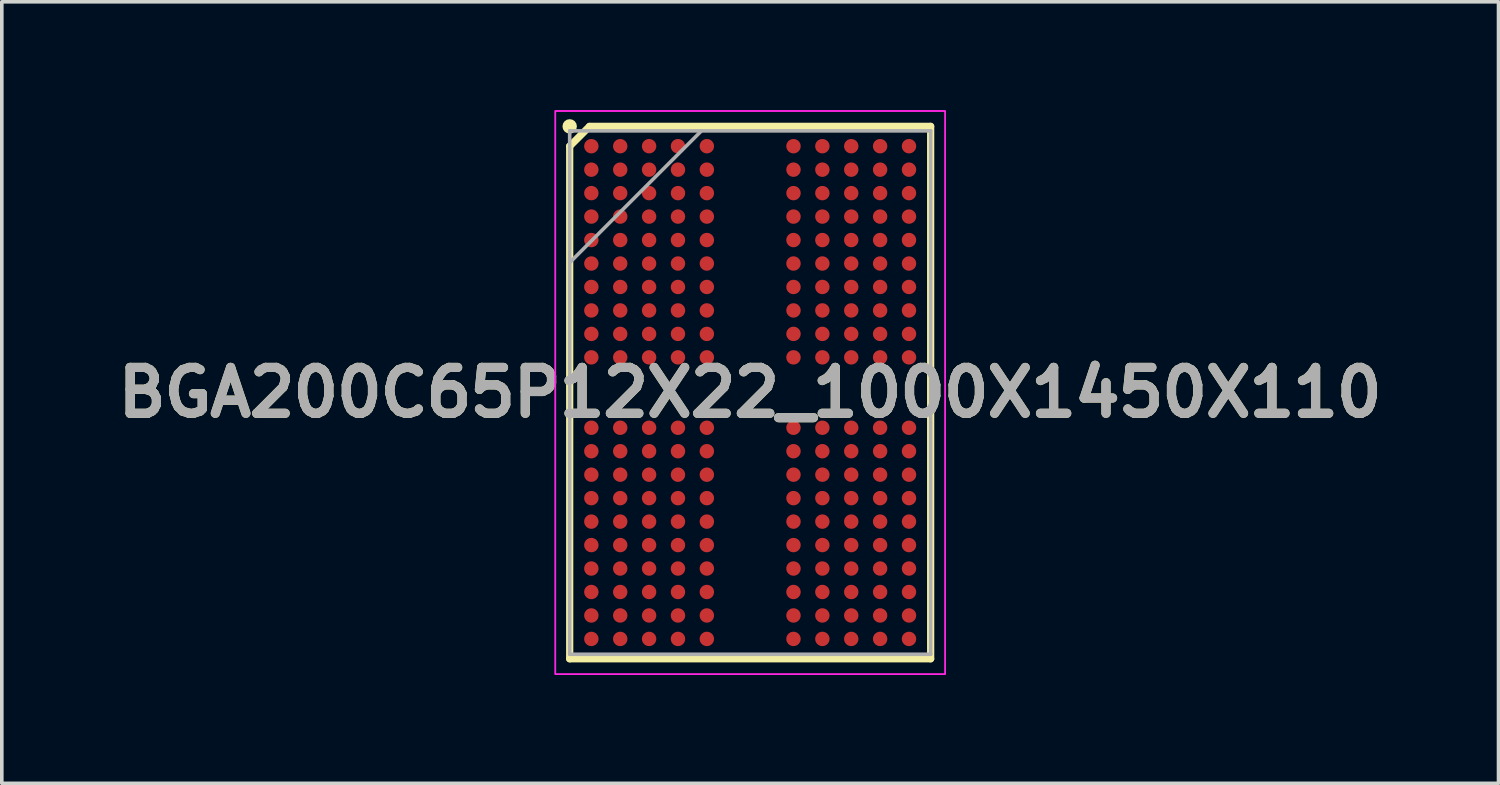
<source format=kicad_pcb>
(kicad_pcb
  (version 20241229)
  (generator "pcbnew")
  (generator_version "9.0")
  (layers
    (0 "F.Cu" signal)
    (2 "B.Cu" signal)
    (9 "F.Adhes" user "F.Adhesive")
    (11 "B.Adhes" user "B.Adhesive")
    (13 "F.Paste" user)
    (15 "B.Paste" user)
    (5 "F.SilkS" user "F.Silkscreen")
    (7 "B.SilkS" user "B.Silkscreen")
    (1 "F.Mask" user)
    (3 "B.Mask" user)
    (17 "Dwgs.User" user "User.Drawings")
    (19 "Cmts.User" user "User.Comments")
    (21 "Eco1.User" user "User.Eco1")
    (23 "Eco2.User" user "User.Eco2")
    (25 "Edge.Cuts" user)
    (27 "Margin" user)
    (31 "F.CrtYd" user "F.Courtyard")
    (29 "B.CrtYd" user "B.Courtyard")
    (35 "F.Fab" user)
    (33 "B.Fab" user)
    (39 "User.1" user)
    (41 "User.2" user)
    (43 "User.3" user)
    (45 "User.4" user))
  (footprint "BGA200C65P12X22_1000X1450X110"
    (layer "F.Cu")
    (at 17.732 7.825)
    (property "Reference" "BGA200C65P12X22_1000X1450X110" (at 0 0 0) (layer "F.SilkS") (effects (font (size 1.27 1.27) (thickness 0.254))))
    (attr smd)
    (fp_line (start -5 -6.824) (end -4.451 -7.373) (stroke (width 0.2) (type solid)) (layer "F.SilkS"))
    (fp_line (start -5 7.375) (end -5 -6.824) (stroke (width 0.2) (type solid)) (layer "F.SilkS"))
    (fp_line (start -4.451 -7.374) (end 5 -7.374) (stroke (width 0.2) (type solid)) (layer "F.SilkS"))
    (fp_line (start 5 -7.374) (end 5 7.375) (stroke (width 0.2) (type solid)) (layer "F.SilkS"))
    (fp_line (start 5 7.375) (end -5 7.375) (stroke (width 0.2) (type solid)) (layer "F.SilkS"))
    (fp_circle (center -5 -7.374) (end -5 -7.274) (stroke (width 0.2) (type solid)) (fill no) (layer "F.SilkS"))
    (fp_rect (start -5.4 -7.8) (end 5.4 7.8) (stroke (width 0.05) (type default)) (fill no) (layer "F.CrtYd"))
    (fp_line (start -5 -7.25) (end 5 -7.25) (stroke (width 0.1) (type solid)) (layer "F.Fab"))
    (fp_line (start -5 -3.6) (end -1.35 -7.25) (stroke (width 0.1) (type solid)) (layer "F.Fab"))
    (fp_line (start -5 7.25) (end -5 -7.25) (stroke (width 0.1) (type solid)) (layer "F.Fab"))
    (fp_line (start 5 -7.25) (end 5 7.25) (stroke (width 0.1) (type solid)) (layer "F.Fab"))
    (fp_line (start 5 7.25) (end -5 7.25) (stroke (width 0.1) (type solid)) (layer "F.Fab"))
    (fp_text user "${REFERENCE}" (at 0 0 0) (layer "F.Fab") (effects (font (size 1.27 1.27) (thickness 0.254))))
    (pad "A1" smd circle (at -4.4 -6.825 90) (size 0.399 0.399) (layers "F.Cu" "F.Mask" "F.Paste"))
    (pad "A2" smd circle (at -3.6 -6.825 90) (size 0.399 0.399) (layers "F.Cu" "F.Mask" "F.Paste"))
    (pad "A3" smd circle (at -2.8 -6.825 90) (size 0.399 0.399) (layers "F.Cu" "F.Mask" "F.Paste"))
    (pad "A4" smd circle (at -2 -6.825 90) (size 0.399 0.399) (layers "F.Cu" "F.Mask" "F.Paste"))
    (pad "A5" smd circle (at -1.2 -6.825 90) (size 0.399 0.399) (layers "F.Cu" "F.Mask" "F.Paste"))
    (pad "A8" smd circle (at 1.2 -6.825 90) (size 0.399 0.399) (layers "F.Cu" "F.Mask" "F.Paste"))
    (pad "A9" smd circle (at 2 -6.825 90) (size 0.399 0.399) (layers "F.Cu" "F.Mask" "F.Paste"))
    (pad "A10" smd circle (at 2.8 -6.825 90) (size 0.399 0.399) (layers "F.Cu" "F.Mask" "F.Paste"))
    (pad "A11" smd circle (at 3.6 -6.825 90) (size 0.399 0.399) (layers "F.Cu" "F.Mask" "F.Paste"))
    (pad "A12" smd circle (at 4.4 -6.825 90) (size 0.399 0.399) (layers "F.Cu" "F.Mask" "F.Paste"))
    (pad "AA1" smd circle (at -4.4 6.175 90) (size 0.399 0.399) (layers "F.Cu" "F.Mask" "F.Paste"))
    (pad "AA2" smd circle (at -3.6 6.175 90) (size 0.399 0.399) (layers "F.Cu" "F.Mask" "F.Paste"))
    (pad "AA3" smd circle (at -2.8 6.175 90) (size 0.399 0.399) (layers "F.Cu" "F.Mask" "F.Paste"))
    (pad "AA4" smd circle (at -2 6.175 90) (size 0.399 0.399) (layers "F.Cu" "F.Mask" "F.Paste"))
    (pad "AA5" smd circle (at -1.2 6.175 90) (size 0.399 0.399) (layers "F.Cu" "F.Mask" "F.Paste"))
    (pad "AA8" smd circle (at 1.2 6.175 90) (size 0.399 0.399) (layers "F.Cu" "F.Mask" "F.Paste"))
    (pad "AA9" smd circle (at 2 6.175 90) (size 0.399 0.399) (layers "F.Cu" "F.Mask" "F.Paste"))
    (pad "AA10" smd circle (at 2.8 6.175 90) (size 0.399 0.399) (layers "F.Cu" "F.Mask" "F.Paste"))
    (pad "AA11" smd circle (at 3.6 6.175 90) (size 0.399 0.399) (layers "F.Cu" "F.Mask" "F.Paste"))
    (pad "AA12" smd circle (at 4.4 6.175 90) (size 0.399 0.399) (layers "F.Cu" "F.Mask" "F.Paste"))
    (pad "AB1" smd circle (at -4.4 6.825 90) (size 0.399 0.399) (layers "F.Cu" "F.Mask" "F.Paste"))
    (pad "AB2" smd circle (at -3.6 6.825 90) (size 0.399 0.399) (layers "F.Cu" "F.Mask" "F.Paste"))
    (pad "AB3" smd circle (at -2.8 6.825 90) (size 0.399 0.399) (layers "F.Cu" "F.Mask" "F.Paste"))
    (pad "AB4" smd circle (at -2 6.825 90) (size 0.399 0.399) (layers "F.Cu" "F.Mask" "F.Paste"))
    (pad "AB5" smd circle (at -1.2 6.825 90) (size 0.399 0.399) (layers "F.Cu" "F.Mask" "F.Paste"))
    (pad "AB8" smd circle (at 1.2 6.825 90) (size 0.399 0.399) (layers "F.Cu" "F.Mask" "F.Paste"))
    (pad "AB9" smd circle (at 2 6.825 90) (size 0.399 0.399) (layers "F.Cu" "F.Mask" "F.Paste"))
    (pad "AB10" smd circle (at 2.8 6.825 90) (size 0.399 0.399) (layers "F.Cu" "F.Mask" "F.Paste"))
    (pad "AB11" smd circle (at 3.6 6.825 90) (size 0.399 0.399) (layers "F.Cu" "F.Mask" "F.Paste"))
    (pad "AB12" smd circle (at 4.4 6.825 90) (size 0.399 0.399) (layers "F.Cu" "F.Mask" "F.Paste"))
    (pad "B1" smd circle (at -4.4 -6.175 90) (size 0.399 0.399) (layers "F.Cu" "F.Mask" "F.Paste"))
    (pad "B2" smd circle (at -3.6 -6.175 90) (size 0.399 0.399) (layers "F.Cu" "F.Mask" "F.Paste"))
    (pad "B3" smd circle (at -2.8 -6.175 90) (size 0.399 0.399) (layers "F.Cu" "F.Mask" "F.Paste"))
    (pad "B4" smd circle (at -2 -6.175 90) (size 0.399 0.399) (layers "F.Cu" "F.Mask" "F.Paste"))
    (pad "B5" smd circle (at -1.2 -6.175 90) (size 0.399 0.399) (layers "F.Cu" "F.Mask" "F.Paste"))
    (pad "B8" smd circle (at 1.2 -6.175 90) (size 0.399 0.399) (layers "F.Cu" "F.Mask" "F.Paste"))
    (pad "B9" smd circle (at 2 -6.175 90) (size 0.399 0.399) (layers "F.Cu" "F.Mask" "F.Paste"))
    (pad "B10" smd circle (at 2.8 -6.175 90) (size 0.399 0.399) (layers "F.Cu" "F.Mask" "F.Paste"))
    (pad "B11" smd circle (at 3.6 -6.175 90) (size 0.399 0.399) (layers "F.Cu" "F.Mask" "F.Paste"))
    (pad "B12" smd circle (at 4.4 -6.175 90) (size 0.399 0.399) (layers "F.Cu" "F.Mask" "F.Paste"))
    (pad "C1" smd circle (at -4.4 -5.525 90) (size 0.399 0.399) (layers "F.Cu" "F.Mask" "F.Paste"))
    (pad "C2" smd circle (at -3.6 -5.525 90) (size 0.399 0.399) (layers "F.Cu" "F.Mask" "F.Paste"))
    (pad "C3" smd circle (at -2.8 -5.525 90) (size 0.399 0.399) (layers "F.Cu" "F.Mask" "F.Paste"))
    (pad "C4" smd circle (at -2 -5.525 90) (size 0.399 0.399) (layers "F.Cu" "F.Mask" "F.Paste"))
    (pad "C5" smd circle (at -1.2 -5.525 90) (size 0.399 0.399) (layers "F.Cu" "F.Mask" "F.Paste"))
    (pad "C8" smd circle (at 1.2 -5.525 90) (size 0.399 0.399) (layers "F.Cu" "F.Mask" "F.Paste"))
    (pad "C9" smd circle (at 2 -5.525 90) (size 0.399 0.399) (layers "F.Cu" "F.Mask" "F.Paste"))
    (pad "C10" smd circle (at 2.8 -5.525 90) (size 0.399 0.399) (layers "F.Cu" "F.Mask" "F.Paste"))
    (pad "C11" smd circle (at 3.6 -5.525 90) (size 0.399 0.399) (layers "F.Cu" "F.Mask" "F.Paste"))
    (pad "C12" smd circle (at 4.4 -5.525 90) (size 0.399 0.399) (layers "F.Cu" "F.Mask" "F.Paste"))
    (pad "D1" smd circle (at -4.4 -4.875 90) (size 0.399 0.399) (layers "F.Cu" "F.Mask" "F.Paste"))
    (pad "D2" smd circle (at -3.6 -4.875 90) (size 0.399 0.399) (layers "F.Cu" "F.Mask" "F.Paste"))
    (pad "D3" smd circle (at -2.8 -4.875 90) (size 0.399 0.399) (layers "F.Cu" "F.Mask" "F.Paste"))
    (pad "D4" smd circle (at -2 -4.875 90) (size 0.399 0.399) (layers "F.Cu" "F.Mask" "F.Paste"))
    (pad "D5" smd circle (at -1.2 -4.875 90) (size 0.399 0.399) (layers "F.Cu" "F.Mask" "F.Paste"))
    (pad "D8" smd circle (at 1.2 -4.875 90) (size 0.399 0.399) (layers "F.Cu" "F.Mask" "F.Paste"))
    (pad "D9" smd circle (at 2 -4.875 90) (size 0.399 0.399) (layers "F.Cu" "F.Mask" "F.Paste"))
    (pad "D10" smd circle (at 2.8 -4.875 90) (size 0.399 0.399) (layers "F.Cu" "F.Mask" "F.Paste"))
    (pad "D11" smd circle (at 3.6 -4.875 90) (size 0.399 0.399) (layers "F.Cu" "F.Mask" "F.Paste"))
    (pad "D12" smd circle (at 4.4 -4.875 90) (size 0.399 0.399) (layers "F.Cu" "F.Mask" "F.Paste"))
    (pad "E1" smd circle (at -4.4 -4.225 90) (size 0.399 0.399) (layers "F.Cu" "F.Mask" "F.Paste"))
    (pad "E2" smd circle (at -3.6 -4.225 90) (size 0.399 0.399) (layers "F.Cu" "F.Mask" "F.Paste"))
    (pad "E3" smd circle (at -2.8 -4.225 90) (size 0.399 0.399) (layers "F.Cu" "F.Mask" "F.Paste"))
    (pad "E4" smd circle (at -2 -4.225 90) (size 0.399 0.399) (layers "F.Cu" "F.Mask" "F.Paste"))
    (pad "E5" smd circle (at -1.2 -4.225 90) (size 0.399 0.399) (layers "F.Cu" "F.Mask" "F.Paste"))
    (pad "E8" smd circle (at 1.2 -4.225 90) (size 0.399 0.399) (layers "F.Cu" "F.Mask" "F.Paste"))
    (pad "E9" smd circle (at 2 -4.225 90) (size 0.399 0.399) (layers "F.Cu" "F.Mask" "F.Paste"))
    (pad "E10" smd circle (at 2.8 -4.225 90) (size 0.399 0.399) (layers "F.Cu" "F.Mask" "F.Paste"))
    (pad "E11" smd circle (at 3.6 -4.225 90) (size 0.399 0.399) (layers "F.Cu" "F.Mask" "F.Paste"))
    (pad "E12" smd circle (at 4.4 -4.225 90) (size 0.399 0.399) (layers "F.Cu" "F.Mask" "F.Paste"))
    (pad "F1" smd circle (at -4.4 -3.575 90) (size 0.399 0.399) (layers "F.Cu" "F.Mask" "F.Paste"))
    (pad "F2" smd circle (at -3.6 -3.575 90) (size 0.399 0.399) (layers "F.Cu" "F.Mask" "F.Paste"))
    (pad "F3" smd circle (at -2.8 -3.575 90) (size 0.399 0.399) (layers "F.Cu" "F.Mask" "F.Paste"))
    (pad "F4" smd circle (at -2 -3.575 90) (size 0.399 0.399) (layers "F.Cu" "F.Mask" "F.Paste"))
    (pad "F5" smd circle (at -1.2 -3.575 90) (size 0.399 0.399) (layers "F.Cu" "F.Mask" "F.Paste"))
    (pad "F8" smd circle (at 1.2 -3.575 90) (size 0.399 0.399) (layers "F.Cu" "F.Mask" "F.Paste"))
    (pad "F9" smd circle (at 2 -3.575 90) (size 0.399 0.399) (layers "F.Cu" "F.Mask" "F.Paste"))
    (pad "F10" smd circle (at 2.8 -3.575 90) (size 0.399 0.399) (layers "F.Cu" "F.Mask" "F.Paste"))
    (pad "F11" smd circle (at 3.6 -3.575 90) (size 0.399 0.399) (layers "F.Cu" "F.Mask" "F.Paste"))
    (pad "F12" smd circle (at 4.4 -3.575 90) (size 0.399 0.399) (layers "F.Cu" "F.Mask" "F.Paste"))
    (pad "G1" smd circle (at -4.4 -2.925 90) (size 0.399 0.399) (layers "F.Cu" "F.Mask" "F.Paste"))
    (pad "G2" smd circle (at -3.6 -2.925 90) (size 0.399 0.399) (layers "F.Cu" "F.Mask" "F.Paste"))
    (pad "G3" smd circle (at -2.8 -2.925 90) (size 0.399 0.399) (layers "F.Cu" "F.Mask" "F.Paste"))
    (pad "G4" smd circle (at -2 -2.925 90) (size 0.399 0.399) (layers "F.Cu" "F.Mask" "F.Paste"))
    (pad "G5" smd circle (at -1.2 -2.925 90) (size 0.399 0.399) (layers "F.Cu" "F.Mask" "F.Paste"))
    (pad "G8" smd circle (at 1.2 -2.925 90) (size 0.399 0.399) (layers "F.Cu" "F.Mask" "F.Paste"))
    (pad "G9" smd circle (at 2 -2.925 90) (size 0.399 0.399) (layers "F.Cu" "F.Mask" "F.Paste"))
    (pad "G10" smd circle (at 2.8 -2.925 90) (size 0.399 0.399) (layers "F.Cu" "F.Mask" "F.Paste"))
    (pad "G11" smd circle (at 3.6 -2.925 90) (size 0.399 0.399) (layers "F.Cu" "F.Mask" "F.Paste"))
    (pad "G12" smd circle (at 4.4 -2.925 90) (size 0.399 0.399) (layers "F.Cu" "F.Mask" "F.Paste"))
    (pad "H1" smd circle (at -4.4 -2.275 90) (size 0.399 0.399) (layers "F.Cu" "F.Mask" "F.Paste"))
    (pad "H2" smd circle (at -3.6 -2.275 90) (size 0.399 0.399) (layers "F.Cu" "F.Mask" "F.Paste"))
    (pad "H3" smd circle (at -2.8 -2.275 90) (size 0.399 0.399) (layers "F.Cu" "F.Mask" "F.Paste"))
    (pad "H4" smd circle (at -2 -2.275 90) (size 0.399 0.399) (layers "F.Cu" "F.Mask" "F.Paste"))
    (pad "H5" smd circle (at -1.2 -2.275 90) (size 0.399 0.399) (layers "F.Cu" "F.Mask" "F.Paste"))
    (pad "H8" smd circle (at 1.2 -2.275 90) (size 0.399 0.399) (layers "F.Cu" "F.Mask" "F.Paste"))
    (pad "H9" smd circle (at 2 -2.275 90) (size 0.399 0.399) (layers "F.Cu" "F.Mask" "F.Paste"))
    (pad "H10" smd circle (at 2.8 -2.275 90) (size 0.399 0.399) (layers "F.Cu" "F.Mask" "F.Paste"))
    (pad "H11" smd circle (at 3.6 -2.275 90) (size 0.399 0.399) (layers "F.Cu" "F.Mask" "F.Paste"))
    (pad "H12" smd circle (at 4.4 -2.275 90) (size 0.399 0.399) (layers "F.Cu" "F.Mask" "F.Paste"))
    (pad "J1" smd circle (at -4.4 -1.625 90) (size 0.399 0.399) (layers "F.Cu" "F.Mask" "F.Paste"))
    (pad "J2" smd circle (at -3.6 -1.625 90) (size 0.399 0.399) (layers "F.Cu" "F.Mask" "F.Paste"))
    (pad "J3" smd circle (at -2.8 -1.625 90) (size 0.399 0.399) (layers "F.Cu" "F.Mask" "F.Paste"))
    (pad "J4" smd circle (at -2 -1.625 90) (size 0.399 0.399) (layers "F.Cu" "F.Mask" "F.Paste"))
    (pad "J5" smd circle (at -1.2 -1.625 90) (size 0.399 0.399) (layers "F.Cu" "F.Mask" "F.Paste"))
    (pad "J8" smd circle (at 1.2 -1.625 90) (size 0.399 0.399) (layers "F.Cu" "F.Mask" "F.Paste"))
    (pad "J9" smd circle (at 2 -1.625 90) (size 0.399 0.399) (layers "F.Cu" "F.Mask" "F.Paste"))
    (pad "J10" smd circle (at 2.8 -1.625 90) (size 0.399 0.399) (layers "F.Cu" "F.Mask" "F.Paste"))
    (pad "J11" smd circle (at 3.6 -1.625 90) (size 0.399 0.399) (layers "F.Cu" "F.Mask" "F.Paste"))
    (pad "J12" smd circle (at 4.4 -1.625 90) (size 0.399 0.399) (layers "F.Cu" "F.Mask" "F.Paste"))
    (pad "K1" smd circle (at -4.4 -0.975 90) (size 0.399 0.399) (layers "F.Cu" "F.Mask" "F.Paste"))
    (pad "K2" smd circle (at -3.6 -0.975 90) (size 0.399 0.399) (layers "F.Cu" "F.Mask" "F.Paste"))
    (pad "K3" smd circle (at -2.8 -0.975 90) (size 0.399 0.399) (layers "F.Cu" "F.Mask" "F.Paste"))
    (pad "K4" smd circle (at -2 -0.975 90) (size 0.399 0.399) (layers "F.Cu" "F.Mask" "F.Paste"))
    (pad "K5" smd circle (at -1.2 -0.975 90) (size 0.399 0.399) (layers "F.Cu" "F.Mask" "F.Paste"))
    (pad "K8" smd circle (at 1.2 -0.975 90) (size 0.399 0.399) (layers "F.Cu" "F.Mask" "F.Paste"))
    (pad "K9" smd circle (at 2 -0.975 90) (size 0.399 0.399) (layers "F.Cu" "F.Mask" "F.Paste"))
    (pad "K10" smd circle (at 2.8 -0.975 90) (size 0.399 0.399) (layers "F.Cu" "F.Mask" "F.Paste"))
    (pad "K11" smd circle (at 3.6 -0.975 90) (size 0.399 0.399) (layers "F.Cu" "F.Mask" "F.Paste"))
    (pad "K12" smd circle (at 4.4 -0.975 90) (size 0.399 0.399) (layers "F.Cu" "F.Mask" "F.Paste"))
    (pad "N1" smd circle (at -4.4 0.975 90) (size 0.399 0.399) (layers "F.Cu" "F.Mask" "F.Paste"))
    (pad "N2" smd circle (at -3.6 0.975 90) (size 0.399 0.399) (layers "F.Cu" "F.Mask" "F.Paste"))
    (pad "N3" smd circle (at -2.8 0.975 90) (size 0.399 0.399) (layers "F.Cu" "F.Mask" "F.Paste"))
    (pad "N4" smd circle (at -2 0.975 90) (size 0.399 0.399) (layers "F.Cu" "F.Mask" "F.Paste"))
    (pad "N5" smd circle (at -1.2 0.975 90) (size 0.399 0.399) (layers "F.Cu" "F.Mask" "F.Paste"))
    (pad "N8" smd circle (at 1.2 0.975 90) (size 0.399 0.399) (layers "F.Cu" "F.Mask" "F.Paste"))
    (pad "N9" smd circle (at 2 0.975 90) (size 0.399 0.399) (layers "F.Cu" "F.Mask" "F.Paste"))
    (pad "N10" smd circle (at 2.8 0.975 90) (size 0.399 0.399) (layers "F.Cu" "F.Mask" "F.Paste"))
    (pad "N11" smd circle (at 3.6 0.975 90) (size 0.399 0.399) (layers "F.Cu" "F.Mask" "F.Paste"))
    (pad "N12" smd circle (at 4.4 0.975 90) (size 0.399 0.399) (layers "F.Cu" "F.Mask" "F.Paste"))
    (pad "P1" smd circle (at -4.4 1.625 90) (size 0.399 0.399) (layers "F.Cu" "F.Mask" "F.Paste"))
    (pad "P2" smd circle (at -3.6 1.625 90) (size 0.399 0.399) (layers "F.Cu" "F.Mask" "F.Paste"))
    (pad "P3" smd circle (at -2.8 1.625 90) (size 0.399 0.399) (layers "F.Cu" "F.Mask" "F.Paste"))
    (pad "P4" smd circle (at -2 1.625 90) (size 0.399 0.399) (layers "F.Cu" "F.Mask" "F.Paste"))
    (pad "P5" smd circle (at -1.2 1.625 90) (size 0.399 0.399) (layers "F.Cu" "F.Mask" "F.Paste"))
    (pad "P8" smd circle (at 1.2 1.625 90) (size 0.399 0.399) (layers "F.Cu" "F.Mask" "F.Paste"))
    (pad "P9" smd circle (at 2 1.625 90) (size 0.399 0.399) (layers "F.Cu" "F.Mask" "F.Paste"))
    (pad "P10" smd circle (at 2.8 1.625 90) (size 0.399 0.399) (layers "F.Cu" "F.Mask" "F.Paste"))
    (pad "P11" smd circle (at 3.6 1.625 90) (size 0.399 0.399) (layers "F.Cu" "F.Mask" "F.Paste"))
    (pad "P12" smd circle (at 4.4 1.625 90) (size 0.399 0.399) (layers "F.Cu" "F.Mask" "F.Paste"))
    (pad "R1" smd circle (at -4.4 2.275 90) (size 0.399 0.399) (layers "F.Cu" "F.Mask" "F.Paste"))
    (pad "R2" smd circle (at -3.6 2.275 90) (size 0.399 0.399) (layers "F.Cu" "F.Mask" "F.Paste"))
    (pad "R3" smd circle (at -2.8 2.275 90) (size 0.399 0.399) (layers "F.Cu" "F.Mask" "F.Paste"))
    (pad "R4" smd circle (at -2 2.275 90) (size 0.399 0.399) (layers "F.Cu" "F.Mask" "F.Paste"))
    (pad "R5" smd circle (at -1.2 2.275 90) (size 0.399 0.399) (layers "F.Cu" "F.Mask" "F.Paste"))
    (pad "R8" smd circle (at 1.2 2.275 90) (size 0.399 0.399) (layers "F.Cu" "F.Mask" "F.Paste"))
    (pad "R9" smd circle (at 2 2.275 90) (size 0.399 0.399) (layers "F.Cu" "F.Mask" "F.Paste"))
    (pad "R10" smd circle (at 2.8 2.275 90) (size 0.399 0.399) (layers "F.Cu" "F.Mask" "F.Paste"))
    (pad "R11" smd circle (at 3.6 2.275 90) (size 0.399 0.399) (layers "F.Cu" "F.Mask" "F.Paste"))
    (pad "R12" smd circle (at 4.4 2.275 90) (size 0.399 0.399) (layers "F.Cu" "F.Mask" "F.Paste"))
    (pad "T1" smd circle (at -4.4 2.925 90) (size 0.399 0.399) (layers "F.Cu" "F.Mask" "F.Paste"))
    (pad "T2" smd circle (at -3.6 2.925 90) (size 0.399 0.399) (layers "F.Cu" "F.Mask" "F.Paste"))
    (pad "T3" smd circle (at -2.8 2.925 90) (size 0.399 0.399) (layers "F.Cu" "F.Mask" "F.Paste"))
    (pad "T4" smd circle (at -2 2.925 90) (size 0.399 0.399) (layers "F.Cu" "F.Mask" "F.Paste"))
    (pad "T5" smd circle (at -1.2 2.925 90) (size 0.399 0.399) (layers "F.Cu" "F.Mask" "F.Paste"))
    (pad "T8" smd circle (at 1.2 2.925 90) (size 0.399 0.399) (layers "F.Cu" "F.Mask" "F.Paste"))
    (pad "T9" smd circle (at 2 2.925 90) (size 0.399 0.399) (layers "F.Cu" "F.Mask" "F.Paste"))
    (pad "T10" smd circle (at 2.8 2.925 90) (size 0.399 0.399) (layers "F.Cu" "F.Mask" "F.Paste"))
    (pad "T11" smd circle (at 3.6 2.925 90) (size 0.399 0.399) (layers "F.Cu" "F.Mask" "F.Paste"))
    (pad "T12" smd circle (at 4.4 2.925 90) (size 0.399 0.399) (layers "F.Cu" "F.Mask" "F.Paste"))
    (pad "U1" smd circle (at -4.4 3.575 90) (size 0.399 0.399) (layers "F.Cu" "F.Mask" "F.Paste"))
    (pad "U2" smd circle (at -3.6 3.575 90) (size 0.399 0.399) (layers "F.Cu" "F.Mask" "F.Paste"))
    (pad "U3" smd circle (at -2.8 3.575 90) (size 0.399 0.399) (layers "F.Cu" "F.Mask" "F.Paste"))
    (pad "U4" smd circle (at -2 3.575 90) (size 0.399 0.399) (layers "F.Cu" "F.Mask" "F.Paste"))
    (pad "U5" smd circle (at -1.2 3.575 90) (size 0.399 0.399) (layers "F.Cu" "F.Mask" "F.Paste"))
    (pad "U8" smd circle (at 1.2 3.575 90) (size 0.399 0.399) (layers "F.Cu" "F.Mask" "F.Paste"))
    (pad "U9" smd circle (at 2 3.575 90) (size 0.399 0.399) (layers "F.Cu" "F.Mask" "F.Paste"))
    (pad "U10" smd circle (at 2.8 3.575 90) (size 0.399 0.399) (layers "F.Cu" "F.Mask" "F.Paste"))
    (pad "U11" smd circle (at 3.6 3.575 90) (size 0.399 0.399) (layers "F.Cu" "F.Mask" "F.Paste"))
    (pad "U12" smd circle (at 4.4 3.575 90) (size 0.399 0.399) (layers "F.Cu" "F.Mask" "F.Paste"))
    (pad "V1" smd circle (at -4.4 4.225 90) (size 0.399 0.399) (layers "F.Cu" "F.Mask" "F.Paste"))
    (pad "V2" smd circle (at -3.6 4.225 90) (size 0.399 0.399) (layers "F.Cu" "F.Mask" "F.Paste"))
    (pad "V3" smd circle (at -2.8 4.225 90) (size 0.399 0.399) (layers "F.Cu" "F.Mask" "F.Paste"))
    (pad "V4" smd circle (at -2 4.225 90) (size 0.399 0.399) (layers "F.Cu" "F.Mask" "F.Paste"))
    (pad "V5" smd circle (at -1.2 4.225 90) (size 0.399 0.399) (layers "F.Cu" "F.Mask" "F.Paste"))
    (pad "V8" smd circle (at 1.2 4.225 90) (size 0.399 0.399) (layers "F.Cu" "F.Mask" "F.Paste"))
    (pad "V9" smd circle (at 2 4.225 90) (size 0.399 0.399) (layers "F.Cu" "F.Mask" "F.Paste"))
    (pad "V10" smd circle (at 2.8 4.225 90) (size 0.399 0.399) (layers "F.Cu" "F.Mask" "F.Paste"))
    (pad "V11" smd circle (at 3.6 4.225 90) (size 0.399 0.399) (layers "F.Cu" "F.Mask" "F.Paste"))
    (pad "V12" smd circle (at 4.4 4.225 90) (size 0.399 0.399) (layers "F.Cu" "F.Mask" "F.Paste"))
    (pad "W1" smd circle (at -4.4 4.875 90) (size 0.399 0.399) (layers "F.Cu" "F.Mask" "F.Paste"))
    (pad "W2" smd circle (at -3.6 4.875 90) (size 0.399 0.399) (layers "F.Cu" "F.Mask" "F.Paste"))
    (pad "W3" smd circle (at -2.8 4.875 90) (size 0.399 0.399) (layers "F.Cu" "F.Mask" "F.Paste"))
    (pad "W4" smd circle (at -2 4.875 90) (size 0.399 0.399) (layers "F.Cu" "F.Mask" "F.Paste"))
    (pad "W5" smd circle (at -1.2 4.875 90) (size 0.399 0.399) (layers "F.Cu" "F.Mask" "F.Paste"))
    (pad "W8" smd circle (at 1.2 4.875 90) (size 0.399 0.399) (layers "F.Cu" "F.Mask" "F.Paste"))
    (pad "W9" smd circle (at 2 4.875 90) (size 0.399 0.399) (layers "F.Cu" "F.Mask" "F.Paste"))
    (pad "W10" smd circle (at 2.8 4.875 90) (size 0.399 0.399) (layers "F.Cu" "F.Mask" "F.Paste"))
    (pad "W11" smd circle (at 3.6 4.875 90) (size 0.399 0.399) (layers "F.Cu" "F.Mask" "F.Paste"))
    (pad "W12" smd circle (at 4.4 4.875 90) (size 0.399 0.399) (layers "F.Cu" "F.Mask" "F.Paste"))
    (pad "Y1" smd circle (at -4.4 5.525 90) (size 0.399 0.399) (layers "F.Cu" "F.Mask" "F.Paste"))
    (pad "Y2" smd circle (at -3.6 5.525 90) (size 0.399 0.399) (layers "F.Cu" "F.Mask" "F.Paste"))
    (pad "Y3" smd circle (at -2.8 5.525 90) (size 0.399 0.399) (layers "F.Cu" "F.Mask" "F.Paste"))
    (pad "Y4" smd circle (at -2 5.525 90) (size 0.399 0.399) (layers "F.Cu" "F.Mask" "F.Paste"))
    (pad "Y5" smd circle (at -1.2 5.525 90) (size 0.399 0.399) (layers "F.Cu" "F.Mask" "F.Paste"))
    (pad "Y8" smd circle (at 1.2 5.525 90) (size 0.399 0.399) (layers "F.Cu" "F.Mask" "F.Paste"))
    (pad "Y9" smd circle (at 2 5.525 90) (size 0.399 0.399) (layers "F.Cu" "F.Mask" "F.Paste"))
    (pad "Y10" smd circle (at 2.8 5.525 90) (size 0.399 0.399) (layers "F.Cu" "F.Mask" "F.Paste"))
    (pad "Y11" smd circle (at 3.6 5.525 90) (size 0.399 0.399) (layers "F.Cu" "F.Mask" "F.Paste"))
    (pad "Y12" smd circle (at 4.4 5.525 90) (size 0.399 0.399) (layers "F.Cu" "F.Mask" "F.Paste")))
  (gr_rect
    (start -3 -3)
    (end 38.463 18.65)
    (stroke (width 0.1) (type default))
    (fill no)
    (layer "Edge.Cuts")))
</source>
